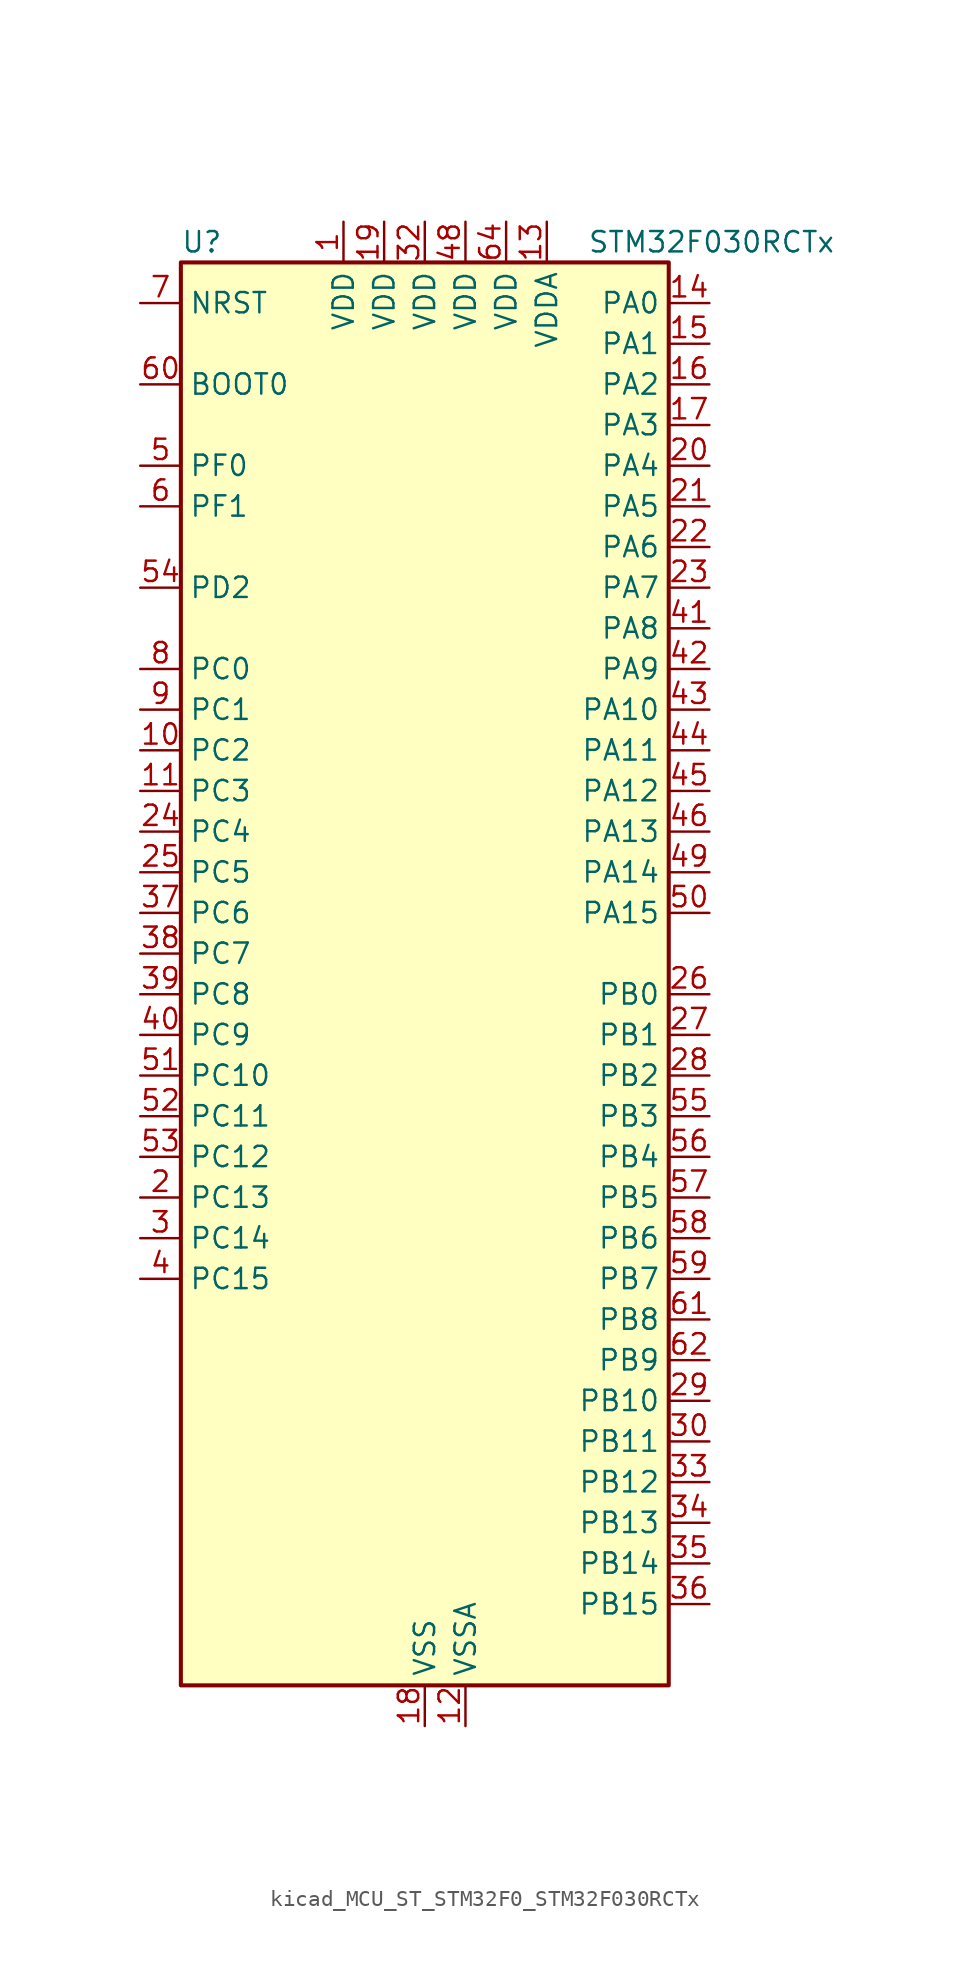
<source format=kicad_sym>
(kicad_symbol_lib
  (version 20220914)
  (generator kicad_symbol_editor)
  (symbol "kicad_MCU_ST_STM32F0_STM32F030RCTx"
    (property "Reference" "U"
      (at -15.24 46.99 0)
      (effects (font (size 1.27 1.27)) (justify left)))
    (property "Value" "STM32F030RCTx"
      (at 10.16 46.99 0)
      (effects (font (size 1.27 1.27)) (justify left)))
    (property "ki_locked" ""
      (at 0 0 0)
      (effects (font (size 1.27 1.27))))
    (symbol "kicad_MCU_ST_STM32F0_STM32F030RCTx_0_1"
      (rectangle (start -15.24 -43.18) (end 15.24 45.72) (stroke (width 0.254) (type default)) (fill (type background))))
    (symbol "kicad_MCU_ST_STM32F0_STM32F030RCTx_1_1"
      (pin power_in line (at -5.08 48.26 270) (length 2.54) (name "VDD" (effects (font (size 1.27 1.27)))) (number "1" (effects (font (size 1.27 1.27)))))
      (pin bidirectional line (at -17.78 15.24 0) (length 2.54) (name "PC2" (effects (font (size 1.27 1.27)))) (number "10" (effects (font (size 1.27 1.27)))) (alternate "ADC_IN12" bidirectional line) (alternate "SPI2_MISO" bidirectional line))
      (pin bidirectional line (at -17.78 12.7 0) (length 2.54) (name "PC3" (effects (font (size 1.27 1.27)))) (number "11" (effects (font (size 1.27 1.27)))) (alternate "ADC_IN13" bidirectional line) (alternate "SPI2_MOSI" bidirectional line))
      (pin power_in line (at 2.54 -45.72 90) (length 2.54) (name "VSSA" (effects (font (size 1.27 1.27)))) (number "12" (effects (font (size 1.27 1.27)))))
      (pin power_in line (at 7.62 48.26 270) (length 2.54) (name "VDDA" (effects (font (size 1.27 1.27)))) (number "13" (effects (font (size 1.27 1.27)))))
      (pin bidirectional line (at 17.78 43.18 180) (length 2.54) (name "PA0" (effects (font (size 1.27 1.27)))) (number "14" (effects (font (size 1.27 1.27)))) (alternate "ADC_IN0" bidirectional line) (alternate "RTC_TAMP2" bidirectional line) (alternate "SYS_WKUP1" bidirectional line) (alternate "USART2_CTS" bidirectional line) (alternate "USART4_TX" bidirectional line))
      (pin bidirectional line (at 17.78 40.64 180) (length 2.54) (name "PA1" (effects (font (size 1.27 1.27)))) (number "15" (effects (font (size 1.27 1.27)))) (alternate "ADC_IN1" bidirectional line) (alternate "TIM15_CH1N" bidirectional line) (alternate "USART2_DE" bidirectional line) (alternate "USART2_RTS" bidirectional line) (alternate "USART4_RX" bidirectional line))
      (pin bidirectional line (at 17.78 38.1 180) (length 2.54) (name "PA2" (effects (font (size 1.27 1.27)))) (number "16" (effects (font (size 1.27 1.27)))) (alternate "ADC_IN2" bidirectional line) (alternate "TIM15_CH1" bidirectional line) (alternate "USART2_TX" bidirectional line))
      (pin bidirectional line (at 17.78 35.56 180) (length 2.54) (name "PA3" (effects (font (size 1.27 1.27)))) (number "17" (effects (font (size 1.27 1.27)))) (alternate "ADC_IN3" bidirectional line) (alternate "TIM15_CH2" bidirectional line) (alternate "USART2_RX" bidirectional line))
      (pin power_in line (at 0 -45.72 90) (length 2.54) (name "VSS" (effects (font (size 1.27 1.27)))) (number "18" (effects (font (size 1.27 1.27)))))
      (pin power_in line (at -2.54 48.26 270) (length 2.54) (name "VDD" (effects (font (size 1.27 1.27)))) (number "19" (effects (font (size 1.27 1.27)))))
      (pin bidirectional line (at -17.78 -12.7 0) (length 2.54) (name "PC13" (effects (font (size 1.27 1.27)))) (number "2" (effects (font (size 1.27 1.27)))) (alternate "RTC_OUT_ALARM" bidirectional line) (alternate "RTC_OUT_CALIB" bidirectional line) (alternate "RTC_TAMP1" bidirectional line) (alternate "RTC_TS" bidirectional line) (alternate "SYS_WKUP2" bidirectional line))
      (pin bidirectional line (at 17.78 33.02 180) (length 2.54) (name "PA4" (effects (font (size 1.27 1.27)))) (number "20" (effects (font (size 1.27 1.27)))) (alternate "ADC_IN4" bidirectional line) (alternate "SPI1_NSS" bidirectional line) (alternate "TIM14_CH1" bidirectional line) (alternate "USART2_CK" bidirectional line) (alternate "USART6_TX" bidirectional line))
      (pin bidirectional line (at 17.78 30.48 180) (length 2.54) (name "PA5" (effects (font (size 1.27 1.27)))) (number "21" (effects (font (size 1.27 1.27)))) (alternate "ADC_IN5" bidirectional line) (alternate "SPI1_SCK" bidirectional line) (alternate "USART6_RX" bidirectional line))
      (pin bidirectional line (at 17.78 27.94 180) (length 2.54) (name "PA6" (effects (font (size 1.27 1.27)))) (number "22" (effects (font (size 1.27 1.27)))) (alternate "ADC_IN6" bidirectional line) (alternate "SPI1_MISO" bidirectional line) (alternate "TIM16_CH1" bidirectional line) (alternate "TIM1_BKIN" bidirectional line) (alternate "TIM3_CH1" bidirectional line) (alternate "USART3_CTS" bidirectional line))
      (pin bidirectional line (at 17.78 25.4 180) (length 2.54) (name "PA7" (effects (font (size 1.27 1.27)))) (number "23" (effects (font (size 1.27 1.27)))) (alternate "ADC_IN7" bidirectional line) (alternate "SPI1_MOSI" bidirectional line) (alternate "TIM14_CH1" bidirectional line) (alternate "TIM17_CH1" bidirectional line) (alternate "TIM1_CH1N" bidirectional line) (alternate "TIM3_CH2" bidirectional line))
      (pin bidirectional line (at -17.78 10.16 0) (length 2.54) (name "PC4" (effects (font (size 1.27 1.27)))) (number "24" (effects (font (size 1.27 1.27)))) (alternate "ADC_IN14" bidirectional line) (alternate "USART3_TX" bidirectional line))
      (pin bidirectional line (at -17.78 7.62 0) (length 2.54) (name "PC5" (effects (font (size 1.27 1.27)))) (number "25" (effects (font (size 1.27 1.27)))) (alternate "ADC_IN15" bidirectional line) (alternate "USART3_RX" bidirectional line))
      (pin bidirectional line (at 17.78 0 180) (length 2.54) (name "PB0" (effects (font (size 1.27 1.27)))) (number "26" (effects (font (size 1.27 1.27)))) (alternate "ADC_IN8" bidirectional line) (alternate "TIM1_CH2N" bidirectional line) (alternate "TIM3_CH3" bidirectional line) (alternate "USART3_CK" bidirectional line))
      (pin bidirectional line (at 17.78 -2.54 180) (length 2.54) (name "PB1" (effects (font (size 1.27 1.27)))) (number "27" (effects (font (size 1.27 1.27)))) (alternate "ADC_IN9" bidirectional line) (alternate "TIM14_CH1" bidirectional line) (alternate "TIM1_CH3N" bidirectional line) (alternate "TIM3_CH4" bidirectional line) (alternate "USART3_DE" bidirectional line) (alternate "USART3_RTS" bidirectional line))
      (pin bidirectional line (at 17.78 -5.08 180) (length 2.54) (name "PB2" (effects (font (size 1.27 1.27)))) (number "28" (effects (font (size 1.27 1.27)))))
      (pin bidirectional line (at 17.78 -25.4 180) (length 2.54) (name "PB10" (effects (font (size 1.27 1.27)))) (number "29" (effects (font (size 1.27 1.27)))) (alternate "I2C2_SCL" bidirectional line) (alternate "SPI2_SCK" bidirectional line) (alternate "USART3_TX" bidirectional line))
      (pin bidirectional line (at -17.78 -15.24 0) (length 2.54) (name "PC14" (effects (font (size 1.27 1.27)))) (number "3" (effects (font (size 1.27 1.27)))) (alternate "RCC_OSC32_IN" bidirectional line))
      (pin bidirectional line (at 17.78 -27.94 180) (length 2.54) (name "PB11" (effects (font (size 1.27 1.27)))) (number "30" (effects (font (size 1.27 1.27)))) (alternate "I2C2_SDA" bidirectional line) (alternate "USART3_RX" bidirectional line))
      (pin passive line (at 0 -45.72 90) (length 2.54) hide (name "VSS" (effects (font (size 1.27 1.27)))) (number "31" (effects (font (size 1.27 1.27)))))
      (pin power_in line (at 0 48.26 270) (length 2.54) (name "VDD" (effects (font (size 1.27 1.27)))) (number "32" (effects (font (size 1.27 1.27)))))
      (pin bidirectional line (at 17.78 -30.48 180) (length 2.54) (name "PB12" (effects (font (size 1.27 1.27)))) (number "33" (effects (font (size 1.27 1.27)))) (alternate "SPI2_NSS" bidirectional line) (alternate "TIM15_BKIN" bidirectional line) (alternate "TIM1_BKIN" bidirectional line) (alternate "USART3_CK" bidirectional line))
      (pin bidirectional line (at 17.78 -33.02 180) (length 2.54) (name "PB13" (effects (font (size 1.27 1.27)))) (number "34" (effects (font (size 1.27 1.27)))) (alternate "I2C2_SCL" bidirectional line) (alternate "SPI2_SCK" bidirectional line) (alternate "TIM1_CH1N" bidirectional line) (alternate "USART3_CTS" bidirectional line))
      (pin bidirectional line (at 17.78 -35.56 180) (length 2.54) (name "PB14" (effects (font (size 1.27 1.27)))) (number "35" (effects (font (size 1.27 1.27)))) (alternate "I2C2_SDA" bidirectional line) (alternate "SPI2_MISO" bidirectional line) (alternate "TIM15_CH1" bidirectional line) (alternate "TIM1_CH2N" bidirectional line) (alternate "USART3_DE" bidirectional line) (alternate "USART3_RTS" bidirectional line))
      (pin bidirectional line (at 17.78 -38.1 180) (length 2.54) (name "PB15" (effects (font (size 1.27 1.27)))) (number "36" (effects (font (size 1.27 1.27)))) (alternate "RTC_REFIN" bidirectional line) (alternate "SPI2_MOSI" bidirectional line) (alternate "TIM15_CH1N" bidirectional line) (alternate "TIM15_CH2" bidirectional line) (alternate "TIM1_CH3N" bidirectional line))
      (pin bidirectional line (at -17.78 5.08 0) (length 2.54) (name "PC6" (effects (font (size 1.27 1.27)))) (number "37" (effects (font (size 1.27 1.27)))) (alternate "TIM3_CH1" bidirectional line))
      (pin bidirectional line (at -17.78 2.54 0) (length 2.54) (name "PC7" (effects (font (size 1.27 1.27)))) (number "38" (effects (font (size 1.27 1.27)))) (alternate "TIM3_CH2" bidirectional line))
      (pin bidirectional line (at -17.78 0 0) (length 2.54) (name "PC8" (effects (font (size 1.27 1.27)))) (number "39" (effects (font (size 1.27 1.27)))) (alternate "TIM3_CH3" bidirectional line))
      (pin bidirectional line (at -17.78 -17.78 0) (length 2.54) (name "PC15" (effects (font (size 1.27 1.27)))) (number "4" (effects (font (size 1.27 1.27)))) (alternate "RCC_OSC32_OUT" bidirectional line))
      (pin bidirectional line (at -17.78 -2.54 0) (length 2.54) (name "PC9" (effects (font (size 1.27 1.27)))) (number "40" (effects (font (size 1.27 1.27)))) (alternate "TIM3_CH4" bidirectional line))
      (pin bidirectional line (at 17.78 22.86 180) (length 2.54) (name "PA8" (effects (font (size 1.27 1.27)))) (number "41" (effects (font (size 1.27 1.27)))) (alternate "RCC_MCO" bidirectional line) (alternate "TIM1_CH1" bidirectional line) (alternate "USART1_CK" bidirectional line))
      (pin bidirectional line (at 17.78 20.32 180) (length 2.54) (name "PA9" (effects (font (size 1.27 1.27)))) (number "42" (effects (font (size 1.27 1.27)))) (alternate "I2C1_SCL" bidirectional line) (alternate "RCC_MCO" bidirectional line) (alternate "TIM15_BKIN" bidirectional line) (alternate "TIM1_CH2" bidirectional line) (alternate "USART1_TX" bidirectional line))
      (pin bidirectional line (at 17.78 17.78 180) (length 2.54) (name "PA10" (effects (font (size 1.27 1.27)))) (number "43" (effects (font (size 1.27 1.27)))) (alternate "I2C1_SDA" bidirectional line) (alternate "TIM17_BKIN" bidirectional line) (alternate "TIM1_CH3" bidirectional line) (alternate "USART1_RX" bidirectional line))
      (pin bidirectional line (at 17.78 15.24 180) (length 2.54) (name "PA11" (effects (font (size 1.27 1.27)))) (number "44" (effects (font (size 1.27 1.27)))) (alternate "I2C2_SCL" bidirectional line) (alternate "TIM1_CH4" bidirectional line) (alternate "USART1_CTS" bidirectional line))
      (pin bidirectional line (at 17.78 12.7 180) (length 2.54) (name "PA12" (effects (font (size 1.27 1.27)))) (number "45" (effects (font (size 1.27 1.27)))) (alternate "I2C2_SDA" bidirectional line) (alternate "TIM1_ETR" bidirectional line) (alternate "USART1_DE" bidirectional line) (alternate "USART1_RTS" bidirectional line))
      (pin bidirectional line (at 17.78 10.16 180) (length 2.54) (name "PA13" (effects (font (size 1.27 1.27)))) (number "46" (effects (font (size 1.27 1.27)))) (alternate "IR_OUT" bidirectional line) (alternate "SYS_SWDIO" bidirectional line))
      (pin passive line (at 0 -45.72 90) (length 2.54) hide (name "VSS" (effects (font (size 1.27 1.27)))) (number "47" (effects (font (size 1.27 1.27)))))
      (pin power_in line (at 2.54 48.26 270) (length 2.54) (name "VDD" (effects (font (size 1.27 1.27)))) (number "48" (effects (font (size 1.27 1.27)))))
      (pin bidirectional line (at 17.78 7.62 180) (length 2.54) (name "PA14" (effects (font (size 1.27 1.27)))) (number "49" (effects (font (size 1.27 1.27)))) (alternate "SYS_SWCLK" bidirectional line) (alternate "USART2_TX" bidirectional line))
      (pin bidirectional line (at -17.78 33.02 0) (length 2.54) (name "PF0" (effects (font (size 1.27 1.27)))) (number "5" (effects (font (size 1.27 1.27)))) (alternate "I2C1_SDA" bidirectional line) (alternate "RCC_OSC_IN" bidirectional line))
      (pin bidirectional line (at 17.78 5.08 180) (length 2.54) (name "PA15" (effects (font (size 1.27 1.27)))) (number "50" (effects (font (size 1.27 1.27)))) (alternate "SPI1_NSS" bidirectional line) (alternate "USART2_RX" bidirectional line) (alternate "USART4_DE" bidirectional line) (alternate "USART4_RTS" bidirectional line))
      (pin bidirectional line (at -17.78 -5.08 0) (length 2.54) (name "PC10" (effects (font (size 1.27 1.27)))) (number "51" (effects (font (size 1.27 1.27)))) (alternate "USART3_TX" bidirectional line) (alternate "USART4_TX" bidirectional line))
      (pin bidirectional line (at -17.78 -7.62 0) (length 2.54) (name "PC11" (effects (font (size 1.27 1.27)))) (number "52" (effects (font (size 1.27 1.27)))) (alternate "USART3_RX" bidirectional line) (alternate "USART4_RX" bidirectional line))
      (pin bidirectional line (at -17.78 -10.16 0) (length 2.54) (name "PC12" (effects (font (size 1.27 1.27)))) (number "53" (effects (font (size 1.27 1.27)))) (alternate "USART3_CK" bidirectional line) (alternate "USART4_CK" bidirectional line) (alternate "USART5_TX" bidirectional line))
      (pin bidirectional line (at -17.78 25.4 0) (length 2.54) (name "PD2" (effects (font (size 1.27 1.27)))) (number "54" (effects (font (size 1.27 1.27)))) (alternate "TIM3_ETR" bidirectional line) (alternate "USART3_DE" bidirectional line) (alternate "USART3_RTS" bidirectional line) (alternate "USART5_RX" bidirectional line))
      (pin bidirectional line (at 17.78 -7.62 180) (length 2.54) (name "PB3" (effects (font (size 1.27 1.27)))) (number "55" (effects (font (size 1.27 1.27)))) (alternate "SPI1_SCK" bidirectional line) (alternate "USART5_TX" bidirectional line))
      (pin bidirectional line (at 17.78 -10.16 180) (length 2.54) (name "PB4" (effects (font (size 1.27 1.27)))) (number "56" (effects (font (size 1.27 1.27)))) (alternate "SPI1_MISO" bidirectional line) (alternate "TIM17_BKIN" bidirectional line) (alternate "TIM3_CH1" bidirectional line) (alternate "USART5_RX" bidirectional line))
      (pin bidirectional line (at 17.78 -12.7 180) (length 2.54) (name "PB5" (effects (font (size 1.27 1.27)))) (number "57" (effects (font (size 1.27 1.27)))) (alternate "I2C1_SMBA" bidirectional line) (alternate "SPI1_MOSI" bidirectional line) (alternate "TIM16_BKIN" bidirectional line) (alternate "TIM3_CH2" bidirectional line) (alternate "USART5_CK" bidirectional line) (alternate "USART5_DE" bidirectional line) (alternate "USART5_RTS" bidirectional line))
      (pin bidirectional line (at 17.78 -15.24 180) (length 2.54) (name "PB6" (effects (font (size 1.27 1.27)))) (number "58" (effects (font (size 1.27 1.27)))) (alternate "I2C1_SCL" bidirectional line) (alternate "TIM16_CH1N" bidirectional line) (alternate "USART1_TX" bidirectional line))
      (pin bidirectional line (at 17.78 -17.78 180) (length 2.54) (name "PB7" (effects (font (size 1.27 1.27)))) (number "59" (effects (font (size 1.27 1.27)))) (alternate "I2C1_SDA" bidirectional line) (alternate "TIM17_CH1N" bidirectional line) (alternate "USART1_RX" bidirectional line) (alternate "USART4_CTS" bidirectional line))
      (pin bidirectional line (at -17.78 30.48 0) (length 2.54) (name "PF1" (effects (font (size 1.27 1.27)))) (number "6" (effects (font (size 1.27 1.27)))) (alternate "I2C1_SCL" bidirectional line) (alternate "RCC_OSC_OUT" bidirectional line))
      (pin input line (at -17.78 38.1 0) (length 2.54) (name "BOOT0" (effects (font (size 1.27 1.27)))) (number "60" (effects (font (size 1.27 1.27)))))
      (pin bidirectional line (at 17.78 -20.32 180) (length 2.54) (name "PB8" (effects (font (size 1.27 1.27)))) (number "61" (effects (font (size 1.27 1.27)))) (alternate "I2C1_SCL" bidirectional line) (alternate "TIM16_CH1" bidirectional line))
      (pin bidirectional line (at 17.78 -22.86 180) (length 2.54) (name "PB9" (effects (font (size 1.27 1.27)))) (number "62" (effects (font (size 1.27 1.27)))) (alternate "I2C1_SDA" bidirectional line) (alternate "IR_OUT" bidirectional line) (alternate "SPI2_NSS" bidirectional line) (alternate "TIM17_CH1" bidirectional line))
      (pin passive line (at 0 -45.72 90) (length 2.54) hide (name "VSS" (effects (font (size 1.27 1.27)))) (number "63" (effects (font (size 1.27 1.27)))))
      (pin power_in line (at 5.08 48.26 270) (length 2.54) (name "VDD" (effects (font (size 1.27 1.27)))) (number "64" (effects (font (size 1.27 1.27)))))
      (pin input line (at -17.78 43.18 0) (length 2.54) (name "NRST" (effects (font (size 1.27 1.27)))) (number "7" (effects (font (size 1.27 1.27)))))
      (pin bidirectional line (at -17.78 20.32 0) (length 2.54) (name "PC0" (effects (font (size 1.27 1.27)))) (number "8" (effects (font (size 1.27 1.27)))) (alternate "ADC_IN10" bidirectional line) (alternate "USART6_TX" bidirectional line))
      (pin bidirectional line (at -17.78 17.78 0) (length 2.54) (name "PC1" (effects (font (size 1.27 1.27)))) (number "9" (effects (font (size 1.27 1.27)))) (alternate "ADC_IN11" bidirectional line) (alternate "USART6_RX" bidirectional line)))))
</source>
